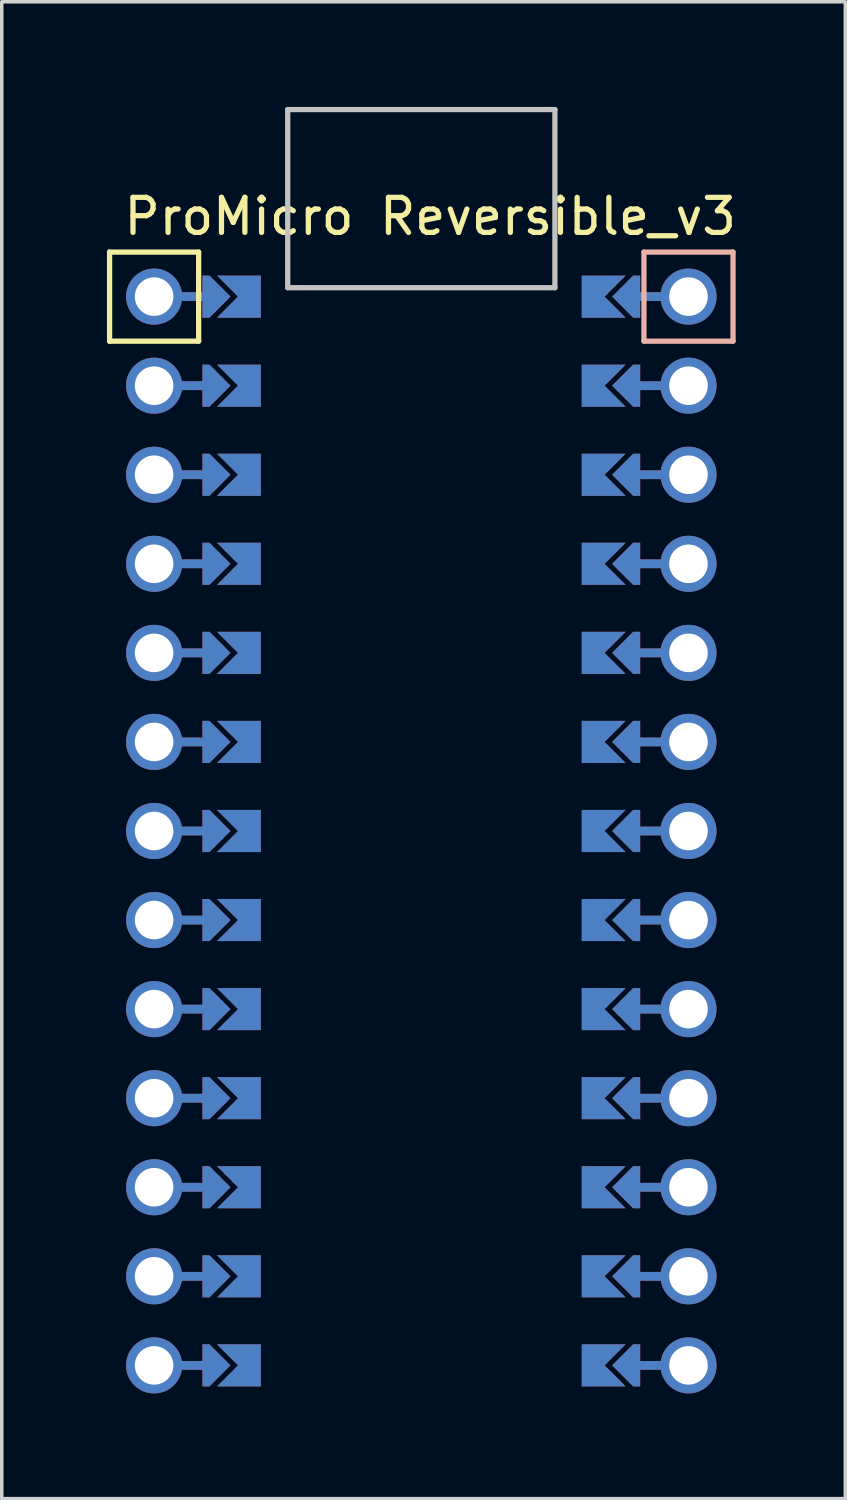
<source format=kicad_pcb>
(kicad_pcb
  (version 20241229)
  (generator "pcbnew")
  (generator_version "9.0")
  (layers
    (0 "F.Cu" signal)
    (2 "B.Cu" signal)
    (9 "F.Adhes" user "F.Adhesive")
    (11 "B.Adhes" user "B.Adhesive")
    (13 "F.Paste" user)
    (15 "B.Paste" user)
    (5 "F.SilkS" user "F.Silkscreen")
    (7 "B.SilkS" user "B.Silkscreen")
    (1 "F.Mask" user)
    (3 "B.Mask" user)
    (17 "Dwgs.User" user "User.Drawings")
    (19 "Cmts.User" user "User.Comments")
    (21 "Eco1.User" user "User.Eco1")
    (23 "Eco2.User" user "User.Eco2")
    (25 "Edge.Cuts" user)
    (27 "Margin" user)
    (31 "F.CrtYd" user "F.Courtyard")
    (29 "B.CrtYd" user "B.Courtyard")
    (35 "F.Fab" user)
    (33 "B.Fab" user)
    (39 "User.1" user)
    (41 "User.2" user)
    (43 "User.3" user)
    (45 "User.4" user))
  (footprint "ProMicro Reversible_v3"
    (layer "F.Cu")
    (at 9.7 14.834)
    (property "Reference" "ProMicro Reversible_v3" (at -0.481 -11.711 0) (layer "F.SilkS") (effects (font (size 1 1) (thickness 0.15))))
    (attr through_hole)
    (fp_poly (pts (xy -5.815 -9.933) (xy -5.815 -8.917) (xy -6.831 -8.917) (xy -6.831 -9.933)) (stroke (width 0.1) (type solid)) (fill yes) (layer "F.Mask"))
    (fp_poly (pts (xy -5.815 -7.393) (xy -5.815 -6.377) (xy -6.831 -6.377) (xy -6.831 -7.393)) (stroke (width 0.1) (type solid)) (fill yes) (layer "F.Mask"))
    (fp_poly (pts (xy -5.815 -4.853) (xy -5.815 -3.837) (xy -6.831 -3.837) (xy -6.831 -4.853)) (stroke (width 0.1) (type solid)) (fill yes) (layer "F.Mask"))
    (fp_poly (pts (xy -5.815 -2.313) (xy -5.815 -1.297) (xy -6.831 -1.297) (xy -6.831 -2.313)) (stroke (width 0.1) (type solid)) (fill yes) (layer "F.Mask"))
    (fp_poly (pts (xy -5.815 0.227) (xy -5.815 1.243) (xy -6.831 1.243) (xy -6.831 0.227)) (stroke (width 0.1) (type solid)) (fill yes) (layer "F.Mask"))
    (fp_poly (pts (xy -5.815 2.767) (xy -5.815 3.783) (xy -6.831 3.783) (xy -6.831 2.767)) (stroke (width 0.1) (type solid)) (fill yes) (layer "F.Mask"))
    (fp_poly (pts (xy -5.815 5.307) (xy -5.815 6.323) (xy -6.831 6.323) (xy -6.831 5.307)) (stroke (width 0.1) (type solid)) (fill yes) (layer "F.Mask"))
    (fp_poly (pts (xy -5.815 7.847) (xy -5.815 8.863) (xy -6.831 8.863) (xy -6.831 7.847)) (stroke (width 0.1) (type solid)) (fill yes) (layer "F.Mask"))
    (fp_poly (pts (xy -5.815 10.387) (xy -5.815 11.403) (xy -6.831 11.403) (xy -6.831 10.387)) (stroke (width 0.1) (type solid)) (fill yes) (layer "F.Mask"))
    (fp_poly (pts (xy -5.815 12.927) (xy -5.815 13.943) (xy -6.831 13.943) (xy -6.831 12.927)) (stroke (width 0.1) (type solid)) (fill yes) (layer "F.Mask"))
    (fp_poly (pts (xy -5.815 15.467) (xy -5.815 16.483) (xy -6.831 16.483) (xy -6.831 15.467)) (stroke (width 0.1) (type solid)) (fill yes) (layer "F.Mask"))
    (fp_poly (pts (xy -5.815 18.007) (xy -5.815 19.023) (xy -6.831 19.023) (xy -6.831 18.007)) (stroke (width 0.1) (type solid)) (fill yes) (layer "F.Mask"))
    (fp_poly (pts (xy -5.815 20.547) (xy -5.815 21.563) (xy -6.831 21.563) (xy -6.831 20.547)) (stroke (width 0.1) (type solid)) (fill yes) (layer "F.Mask"))
    (fp_poly (pts (xy 4.345 -8.917) (xy 4.345 -9.933) (xy 5.361 -9.933) (xy 5.361 -8.917)) (stroke (width 0.1) (type solid)) (fill yes) (layer "F.Mask"))
    (fp_poly (pts (xy 4.345 -6.377) (xy 4.345 -7.393) (xy 5.361 -7.393) (xy 5.361 -6.377)) (stroke (width 0.1) (type solid)) (fill yes) (layer "F.Mask"))
    (fp_poly (pts (xy 4.345 -3.837) (xy 4.345 -4.853) (xy 5.361 -4.853) (xy 5.361 -3.837)) (stroke (width 0.1) (type solid)) (fill yes) (layer "F.Mask"))
    (fp_poly (pts (xy 4.345 -1.297) (xy 4.345 -2.313) (xy 5.361 -2.313) (xy 5.361 -1.297)) (stroke (width 0.1) (type solid)) (fill yes) (layer "F.Mask"))
    (fp_poly (pts (xy 4.345 1.243) (xy 4.345 0.227) (xy 5.361 0.227) (xy 5.361 1.243)) (stroke (width 0.1) (type solid)) (fill yes) (layer "F.Mask"))
    (fp_poly (pts (xy 4.345 3.783) (xy 4.345 2.767) (xy 5.361 2.767) (xy 5.361 3.783)) (stroke (width 0.1) (type solid)) (fill yes) (layer "F.Mask"))
    (fp_poly (pts (xy 4.345 6.323) (xy 4.345 5.307) (xy 5.361 5.307) (xy 5.361 6.323)) (stroke (width 0.1) (type solid)) (fill yes) (layer "F.Mask"))
    (fp_poly (pts (xy 4.345 8.863) (xy 4.345 7.847) (xy 5.361 7.847) (xy 5.361 8.863)) (stroke (width 0.1) (type solid)) (fill yes) (layer "F.Mask"))
    (fp_poly (pts (xy 4.345 11.403) (xy 4.345 10.387) (xy 5.361 10.387) (xy 5.361 11.403)) (stroke (width 0.1) (type solid)) (fill yes) (layer "F.Mask"))
    (fp_poly (pts (xy 4.345 13.943) (xy 4.345 12.927) (xy 5.361 12.927) (xy 5.361 13.943)) (stroke (width 0.1) (type solid)) (fill yes) (layer "F.Mask"))
    (fp_poly (pts (xy 4.345 16.483) (xy 4.345 15.467) (xy 5.361 15.467) (xy 5.361 16.483)) (stroke (width 0.1) (type solid)) (fill yes) (layer "F.Mask"))
    (fp_poly (pts (xy 4.345 19.023) (xy 4.345 18.007) (xy 5.361 18.007) (xy 5.361 19.023)) (stroke (width 0.1) (type solid)) (fill yes) (layer "F.Mask"))
    (fp_poly (pts (xy 4.345 21.563) (xy 4.345 20.547) (xy 5.361 20.547) (xy 5.361 21.563)) (stroke (width 0.1) (type solid)) (fill yes) (layer "F.Mask"))
    (fp_poly (pts (xy -5.815 -9.933) (xy -5.815 -8.917) (xy -6.831 -8.917) (xy -6.831 -9.933)) (stroke (width 0.1) (type solid)) (fill yes) (layer "B.Mask"))
    (fp_poly (pts (xy -5.815 -7.393) (xy -5.815 -6.377) (xy -6.831 -6.377) (xy -6.831 -7.393)) (stroke (width 0.1) (type solid)) (fill yes) (layer "B.Mask"))
    (fp_poly (pts (xy -5.815 -4.853) (xy -5.815 -3.837) (xy -6.831 -3.837) (xy -6.831 -4.853)) (stroke (width 0.1) (type solid)) (fill yes) (layer "B.Mask"))
    (fp_poly (pts (xy -5.815 -2.313) (xy -5.815 -1.297) (xy -6.831 -1.297) (xy -6.831 -2.313)) (stroke (width 0.1) (type solid)) (fill yes) (layer "B.Mask"))
    (fp_poly (pts (xy -5.815 0.227) (xy -5.815 1.243) (xy -6.831 1.243) (xy -6.831 0.227)) (stroke (width 0.1) (type solid)) (fill yes) (layer "B.Mask"))
    (fp_poly (pts (xy -5.815 2.767) (xy -5.815 3.783) (xy -6.831 3.783) (xy -6.831 2.767)) (stroke (width 0.1) (type solid)) (fill yes) (layer "B.Mask"))
    (fp_poly (pts (xy -5.815 5.307) (xy -5.815 6.323) (xy -6.831 6.323) (xy -6.831 5.307)) (stroke (width 0.1) (type solid)) (fill yes) (layer "B.Mask"))
    (fp_poly (pts (xy -5.815 7.847) (xy -5.815 8.863) (xy -6.831 8.863) (xy -6.831 7.847)) (stroke (width 0.1) (type solid)) (fill yes) (layer "B.Mask"))
    (fp_poly (pts (xy -5.815 10.387) (xy -5.815 11.403) (xy -6.831 11.403) (xy -6.831 10.387)) (stroke (width 0.1) (type solid)) (fill yes) (layer "B.Mask"))
    (fp_poly (pts (xy -5.815 12.927) (xy -5.815 13.943) (xy -6.831 13.943) (xy -6.831 12.927)) (stroke (width 0.1) (type solid)) (fill yes) (layer "B.Mask"))
    (fp_poly (pts (xy -5.815 15.467) (xy -5.815 16.483) (xy -6.831 16.483) (xy -6.831 15.467)) (stroke (width 0.1) (type solid)) (fill yes) (layer "B.Mask"))
    (fp_poly (pts (xy -5.815 18.007) (xy -5.815 19.023) (xy -6.831 19.023) (xy -6.831 18.007)) (stroke (width 0.1) (type solid)) (fill yes) (layer "B.Mask"))
    (fp_poly (pts (xy -5.815 20.547) (xy -5.815 21.563) (xy -6.831 21.563) (xy -6.831 20.547)) (stroke (width 0.1) (type solid)) (fill yes) (layer "B.Mask"))
    (fp_poly (pts (xy 4.345 -8.917) (xy 4.345 -9.933) (xy 5.361 -9.933) (xy 5.361 -8.917)) (stroke (width 0.1) (type solid)) (fill yes) (layer "B.Mask"))
    (fp_poly (pts (xy 4.345 -6.377) (xy 4.345 -7.393) (xy 5.361 -7.393) (xy 5.361 -6.377)) (stroke (width 0.1) (type solid)) (fill yes) (layer "B.Mask"))
    (fp_poly (pts (xy 4.345 -3.837) (xy 4.345 -4.853) (xy 5.361 -4.853) (xy 5.361 -3.837)) (stroke (width 0.1) (type solid)) (fill yes) (layer "B.Mask"))
    (fp_poly (pts (xy 4.345 -1.297) (xy 4.345 -2.313) (xy 5.361 -2.313) (xy 5.361 -1.297)) (stroke (width 0.1) (type solid)) (fill yes) (layer "B.Mask"))
    (fp_poly (pts (xy 4.345 1.243) (xy 4.345 0.227) (xy 5.361 0.227) (xy 5.361 1.243)) (stroke (width 0.1) (type solid)) (fill yes) (layer "B.Mask"))
    (fp_poly (pts (xy 4.345 3.783) (xy 4.345 2.767) (xy 5.361 2.767) (xy 5.361 3.783)) (stroke (width 0.1) (type solid)) (fill yes) (layer "B.Mask"))
    (fp_poly (pts (xy 4.345 6.323) (xy 4.345 5.307) (xy 5.361 5.307) (xy 5.361 6.323)) (stroke (width 0.1) (type solid)) (fill yes) (layer "B.Mask"))
    (fp_poly (pts (xy 4.345 8.863) (xy 4.345 7.847) (xy 5.361 7.847) (xy 5.361 8.863)) (stroke (width 0.1) (type solid)) (fill yes) (layer "B.Mask"))
    (fp_poly (pts (xy 4.345 11.403) (xy 4.345 10.387) (xy 5.361 10.387) (xy 5.361 11.403)) (stroke (width 0.1) (type solid)) (fill yes) (layer "B.Mask"))
    (fp_poly (pts (xy 4.345 13.943) (xy 4.345 12.927) (xy 5.361 12.927) (xy 5.361 13.943)) (stroke (width 0.1) (type solid)) (fill yes) (layer "B.Mask"))
    (fp_poly (pts (xy 4.345 16.483) (xy 4.345 15.467) (xy 5.361 15.467) (xy 5.361 16.483)) (stroke (width 0.1) (type solid)) (fill yes) (layer "B.Mask"))
    (fp_poly (pts (xy 4.345 19.023) (xy 4.345 18.007) (xy 5.361 18.007) (xy 5.361 19.023)) (stroke (width 0.1) (type solid)) (fill yes) (layer "B.Mask"))
    (fp_poly (pts (xy 4.345 21.563) (xy 4.345 20.547) (xy 5.361 20.547) (xy 5.361 21.563)) (stroke (width 0.1) (type solid)) (fill yes) (layer "B.Mask"))
    (fp_line (start -9.625 -8.155) (end -9.625 -10.695) (stroke (width 0.15) (type solid)) (layer "F.SilkS"))
    (fp_line (start -7.085 -10.695) (end -9.625 -10.695) (stroke (width 0.15) (type solid)) (layer "F.SilkS"))
    (fp_line (start -7.085 -10.695) (end -7.085 -8.155) (stroke (width 0.15) (type solid)) (layer "F.SilkS"))
    (fp_line (start -7.085 -8.155) (end -9.625 -8.155) (stroke (width 0.15) (type solid)) (layer "F.SilkS"))
    (fp_line (start 5.615 -10.695) (end 5.615 -8.155) (stroke (width 0.15) (type solid)) (layer "B.SilkS"))
    (fp_line (start 5.615 -10.695) (end 8.155 -10.695) (stroke (width 0.15) (type solid)) (layer "B.SilkS"))
    (fp_line (start 5.615 -8.155) (end 8.155 -8.155) (stroke (width 0.15) (type solid)) (layer "B.SilkS"))
    (fp_line (start 8.155 -8.155) (end 8.155 -10.695) (stroke (width 0.15) (type solid)) (layer "B.SilkS"))
    (fp_line (start -4.545 -14.759) (end 3.075 -14.759) (stroke (width 0.15) (type solid)) (layer "Dwgs.User"))
    (fp_line (start -4.545 -9.679) (end -4.545 -14.759) (stroke (width 0.15) (type solid)) (layer "Dwgs.User"))
    (fp_line (start 3.075 -14.759) (end 3.075 -9.679) (stroke (width 0.15) (type solid)) (layer "Dwgs.User"))
    (fp_line (start 3.075 -9.679) (end -4.545 -9.679) (stroke (width 0.15) (type solid)) (layer "Dwgs.User"))
    (pad "" thru_hole circle (at -8.355 -9.425 270) (size 1.6 1.6) (drill 1.1) (layers "*.Cu" "*.Mask"))
    (pad "" thru_hole circle (at -8.355 -6.885 270) (size 1.6 1.6) (drill 1.1) (layers "*.Cu" "*.Mask"))
    (pad "" thru_hole circle (at -8.355 -4.345 270) (size 1.6 1.6) (drill 1.1) (layers "*.Cu" "*.Mask"))
    (pad "" thru_hole circle (at -8.355 -1.805 270) (size 1.6 1.6) (drill 1.1) (layers "*.Cu" "*.Mask"))
    (pad "" thru_hole circle (at -8.355 0.735 270) (size 1.6 1.6) (drill 1.1) (layers "*.Cu" "*.Mask"))
    (pad "" thru_hole circle (at -8.355 3.275 270) (size 1.6 1.6) (drill 1.1) (layers "*.Cu" "*.Mask"))
    (pad "" thru_hole circle (at -8.355 5.815 270) (size 1.6 1.6) (drill 1.1) (layers "*.Cu" "*.Mask"))
    (pad "" thru_hole circle (at -8.355 8.355 270) (size 1.6 1.6) (drill 1.1) (layers "*.Cu" "*.Mask"))
    (pad "" thru_hole circle (at -8.355 10.895 270) (size 1.6 1.6) (drill 1.1) (layers "*.Cu" "*.Mask"))
    (pad "" thru_hole circle (at -8.355 13.435 270) (size 1.6 1.6) (drill 1.1) (layers "*.Cu" "*.Mask"))
    (pad "" thru_hole circle (at -8.355 15.975 270) (size 1.6 1.6) (drill 1.1) (layers "*.Cu" "*.Mask"))
    (pad "" thru_hole circle (at -8.355 18.515 270) (size 1.6 1.6) (drill 1.1) (layers "*.Cu" "*.Mask"))
    (pad "" thru_hole circle (at -8.355 21.055 270) (size 1.6 1.6) (drill 1.1) (layers "*.Cu" "*.Mask"))
    (pad "" smd custom (at -7.085 -9.425 90) (size 0.25 1) (layers "F.Cu") (options (anchor rect)) (primitives))
    (pad "" smd custom (at -7.085 -9.425 90) (size 0.25 1) (layers "B.Cu") (options (anchor rect)) (primitives))
    (pad "" smd custom (at -7.085 -6.885 90) (size 0.25 1) (layers "F.Cu") (options (anchor rect)) (primitives))
    (pad "" smd custom (at -7.085 -6.885 90) (size 0.25 1) (layers "B.Cu") (options (anchor rect)) (primitives))
    (pad "" smd custom (at -7.085 -4.345 90) (size 0.25 1) (layers "F.Cu") (options (anchor rect)) (primitives))
    (pad "" smd custom (at -7.085 -4.345 90) (size 0.25 1) (layers "B.Cu") (options (anchor rect)) (primitives))
    (pad "" smd custom (at -7.085 -1.805 90) (size 0.25 1) (layers "F.Cu") (options (anchor rect)) (primitives))
    (pad "" smd custom (at -7.085 -1.805 90) (size 0.25 1) (layers "B.Cu") (options (anchor rect)) (primitives))
    (pad "" smd custom (at -7.085 0.735 90) (size 0.25 1) (layers "F.Cu") (options (anchor rect)) (primitives))
    (pad "" smd custom (at -7.085 0.735 90) (size 0.25 1) (layers "B.Cu") (options (anchor rect)) (primitives))
    (pad "" smd custom (at -7.085 3.275 90) (size 0.25 1) (layers "F.Cu") (options (anchor rect)) (primitives))
    (pad "" smd custom (at -7.085 3.275 90) (size 0.25 1) (layers "B.Cu") (options (anchor rect)) (primitives))
    (pad "" smd custom (at -7.085 5.815 90) (size 0.25 1) (layers "F.Cu") (options (anchor rect)) (primitives))
    (pad "" smd custom (at -7.085 5.815 90) (size 0.25 1) (layers "B.Cu") (options (anchor rect)) (primitives))
    (pad "" smd custom (at -7.085 8.355 90) (size 0.25 1) (layers "F.Cu") (options (anchor rect)) (primitives))
    (pad "" smd custom (at -7.085 8.355 90) (size 0.25 1) (layers "B.Cu") (options (anchor rect)) (primitives))
    (pad "" smd custom (at -7.085 10.895 90) (size 0.25 1) (layers "F.Cu") (options (anchor rect)) (primitives))
    (pad "" smd custom (at -7.085 10.895 90) (size 0.25 1) (layers "B.Cu") (options (anchor rect)) (primitives))
    (pad "" smd custom (at -7.085 13.435 90) (size 0.25 1) (layers "F.Cu") (options (anchor rect)) (primitives))
    (pad "" smd custom (at -7.085 13.435 90) (size 0.25 1) (layers "B.Cu") (options (anchor rect)) (primitives))
    (pad "" smd custom (at -7.085 15.975 90) (size 0.25 1) (layers "F.Cu") (options (anchor rect)) (primitives))
    (pad "" smd custom (at -7.085 15.975 90) (size 0.25 1) (layers "B.Cu") (options (anchor rect)) (primitives))
    (pad "" smd custom (at -7.085 18.515 90) (size 0.25 1) (layers "F.Cu") (options (anchor rect)) (primitives))
    (pad "" smd custom (at -7.085 18.515 90) (size 0.25 1) (layers "B.Cu") (options (anchor rect)) (primitives))
    (pad "" smd custom (at -7.085 21.055 90) (size 0.25 1) (layers "F.Cu") (options (anchor rect)) (primitives))
    (pad "" smd custom (at -7.085 21.055 90) (size 0.25 1) (layers "B.Cu") (options (anchor rect)) (primitives))
    (pad "" smd custom (at -6.577 -9.425 90) (size 0.1 0.1) (layers "F.Cu" "F.Mask") (options (anchor rect)) (primitives (gr_poly (pts (xy 0.6 -0.4) (xy -0.6 -0.4) (xy -0.6 -0.2) (xy 0 0.4) (xy 0.6 -0.2)) (width 0) (fill yes))))
    (pad "" smd custom (at -6.577 -9.425 90) (size 0.1 0.1) (layers "B.Cu" "B.Mask") (options (anchor rect)) (primitives (gr_poly (pts (xy 0.6 -0.4) (xy -0.6 -0.4) (xy -0.6 -0.2) (xy 0 0.4) (xy 0.6 -0.2)) (width 0) (fill yes))))
    (pad "" smd custom (at -6.577 -6.885 90) (size 0.1 0.1) (layers "F.Cu" "F.Mask") (options (anchor rect)) (primitives (gr_poly (pts (xy 0.6 -0.4) (xy -0.6 -0.4) (xy -0.6 -0.2) (xy 0 0.4) (xy 0.6 -0.2)) (width 0) (fill yes))))
    (pad "" smd custom (at -6.577 -6.885 90) (size 0.1 0.1) (layers "B.Cu" "B.Mask") (options (anchor rect)) (primitives (gr_poly (pts (xy 0.6 -0.4) (xy -0.6 -0.4) (xy -0.6 -0.2) (xy 0 0.4) (xy 0.6 -0.2)) (width 0) (fill yes))))
    (pad "" smd custom (at -6.577 -4.345 90) (size 0.1 0.1) (layers "F.Cu" "F.Mask") (options (anchor rect)) (primitives (gr_poly (pts (xy 0.6 -0.4) (xy -0.6 -0.4) (xy -0.6 -0.2) (xy 0 0.4) (xy 0.6 -0.2)) (width 0) (fill yes))))
    (pad "" smd custom (at -6.577 -4.345 90) (size 0.1 0.1) (layers "B.Cu" "B.Mask") (options (anchor rect)) (primitives (gr_poly (pts (xy 0.6 -0.4) (xy -0.6 -0.4) (xy -0.6 -0.2) (xy 0 0.4) (xy 0.6 -0.2)) (width 0) (fill yes))))
    (pad "" smd custom (at -6.577 -1.805 90) (size 0.1 0.1) (layers "F.Cu" "F.Mask") (options (anchor rect)) (primitives (gr_poly (pts (xy 0.6 -0.4) (xy -0.6 -0.4) (xy -0.6 -0.2) (xy 0 0.4) (xy 0.6 -0.2)) (width 0) (fill yes))))
    (pad "" smd custom (at -6.577 -1.805 90) (size 0.1 0.1) (layers "B.Cu" "B.Mask") (options (anchor rect)) (primitives (gr_poly (pts (xy 0.6 -0.4) (xy -0.6 -0.4) (xy -0.6 -0.2) (xy 0 0.4) (xy 0.6 -0.2)) (width 0) (fill yes))))
    (pad "" smd custom (at -6.577 0.735 90) (size 0.1 0.1) (layers "F.Cu" "F.Mask") (options (anchor rect)) (primitives (gr_poly (pts (xy 0.6 -0.4) (xy -0.6 -0.4) (xy -0.6 -0.2) (xy 0 0.4) (xy 0.6 -0.2)) (width 0) (fill yes))))
    (pad "" smd custom (at -6.577 0.735 90) (size 0.1 0.1) (layers "B.Cu" "B.Mask") (options (anchor rect)) (primitives (gr_poly (pts (xy 0.6 -0.4) (xy -0.6 -0.4) (xy -0.6 -0.2) (xy 0 0.4) (xy 0.6 -0.2)) (width 0) (fill yes))))
    (pad "" smd custom (at -6.577 3.275 90) (size 0.1 0.1) (layers "F.Cu" "F.Mask") (options (anchor rect)) (primitives (gr_poly (pts (xy 0.6 -0.4) (xy -0.6 -0.4) (xy -0.6 -0.2) (xy 0 0.4) (xy 0.6 -0.2)) (width 0) (fill yes))))
    (pad "" smd custom (at -6.577 3.275 90) (size 0.1 0.1) (layers "B.Cu" "B.Mask") (options (anchor rect)) (primitives (gr_poly (pts (xy 0.6 -0.4) (xy -0.6 -0.4) (xy -0.6 -0.2) (xy 0 0.4) (xy 0.6 -0.2)) (width 0) (fill yes))))
    (pad "" smd custom (at -6.577 5.815 90) (size 0.1 0.1) (layers "F.Cu" "F.Mask") (options (anchor rect)) (primitives (gr_poly (pts (xy 0.6 -0.4) (xy -0.6 -0.4) (xy -0.6 -0.2) (xy 0 0.4) (xy 0.6 -0.2)) (width 0) (fill yes))))
    (pad "" smd custom (at -6.577 5.815 90) (size 0.1 0.1) (layers "B.Cu" "B.Mask") (options (anchor rect)) (primitives (gr_poly (pts (xy 0.6 -0.4) (xy -0.6 -0.4) (xy -0.6 -0.2) (xy 0 0.4) (xy 0.6 -0.2)) (width 0) (fill yes))))
    (pad "" smd custom (at -6.577 8.355 90) (size 0.1 0.1) (layers "F.Cu" "F.Mask") (options (anchor rect)) (primitives (gr_poly (pts (xy 0.6 -0.4) (xy -0.6 -0.4) (xy -0.6 -0.2) (xy 0 0.4) (xy 0.6 -0.2)) (width 0) (fill yes))))
    (pad "" smd custom (at -6.577 8.355 90) (size 0.1 0.1) (layers "B.Cu" "B.Mask") (options (anchor rect)) (primitives (gr_poly (pts (xy 0.6 -0.4) (xy -0.6 -0.4) (xy -0.6 -0.2) (xy 0 0.4) (xy 0.6 -0.2)) (width 0) (fill yes))))
    (pad "" smd custom (at -6.577 10.895 90) (size 0.1 0.1) (layers "F.Cu" "F.Mask") (options (anchor rect)) (primitives (gr_poly (pts (xy 0.6 -0.4) (xy -0.6 -0.4) (xy -0.6 -0.2) (xy 0 0.4) (xy 0.6 -0.2)) (width 0) (fill yes))))
    (pad "" smd custom (at -6.577 10.895 90) (size 0.1 0.1) (layers "B.Cu" "B.Mask") (options (anchor rect)) (primitives (gr_poly (pts (xy 0.6 -0.4) (xy -0.6 -0.4) (xy -0.6 -0.2) (xy 0 0.4) (xy 0.6 -0.2)) (width 0) (fill yes))))
    (pad "" smd custom (at -6.577 13.435 90) (size 0.1 0.1) (layers "F.Cu" "F.Mask") (options (anchor rect)) (primitives (gr_poly (pts (xy 0.6 -0.4) (xy -0.6 -0.4) (xy -0.6 -0.2) (xy 0 0.4) (xy 0.6 -0.2)) (width 0) (fill yes))))
    (pad "" smd custom (at -6.577 13.435 90) (size 0.1 0.1) (layers "B.Cu" "B.Mask") (options (anchor rect)) (primitives (gr_poly (pts (xy 0.6 -0.4) (xy -0.6 -0.4) (xy -0.6 -0.2) (xy 0 0.4) (xy 0.6 -0.2)) (width 0) (fill yes))))
    (pad "" smd custom (at -6.577 15.975 90) (size 0.1 0.1) (layers "F.Cu" "F.Mask") (options (anchor rect)) (primitives (gr_poly (pts (xy 0.6 -0.4) (xy -0.6 -0.4) (xy -0.6 -0.2) (xy 0 0.4) (xy 0.6 -0.2)) (width 0) (fill yes))))
    (pad "" smd custom (at -6.577 15.975 90) (size 0.1 0.1) (layers "B.Cu" "B.Mask") (options (anchor rect)) (primitives (gr_poly (pts (xy 0.6 -0.4) (xy -0.6 -0.4) (xy -0.6 -0.2) (xy 0 0.4) (xy 0.6 -0.2)) (width 0) (fill yes))))
    (pad "" smd custom (at -6.577 18.515 90) (size 0.1 0.1) (layers "F.Cu" "F.Mask") (options (anchor rect)) (primitives (gr_poly (pts (xy 0.6 -0.4) (xy -0.6 -0.4) (xy -0.6 -0.2) (xy 0 0.4) (xy 0.6 -0.2)) (width 0) (fill yes))))
    (pad "" smd custom (at -6.577 18.515 90) (size 0.1 0.1) (layers "B.Cu" "B.Mask") (options (anchor rect)) (primitives (gr_poly (pts (xy 0.6 -0.4) (xy -0.6 -0.4) (xy -0.6 -0.2) (xy 0 0.4) (xy 0.6 -0.2)) (width 0) (fill yes))))
    (pad "" smd custom (at -6.577 21.055 90) (size 0.1 0.1) (layers "F.Cu" "F.Mask") (options (anchor rect)) (primitives (gr_poly (pts (xy 0.6 -0.4) (xy -0.6 -0.4) (xy -0.6 -0.2) (xy 0 0.4) (xy 0.6 -0.2)) (width 0) (fill yes))))
    (pad "" smd custom (at -6.577 21.055 90) (size 0.1 0.1) (layers "B.Cu" "B.Mask") (options (anchor rect)) (primitives (gr_poly (pts (xy 0.6 -0.4) (xy -0.6 -0.4) (xy -0.6 -0.2) (xy 0 0.4) (xy 0.6 -0.2)) (width 0) (fill yes))))
    (pad "" smd custom (at 5.107 -9.425 270) (size 0.1 0.1) (layers "F.Cu" "F.Mask") (options (anchor rect)) (primitives (gr_poly (pts (xy 0.6 -0.4) (xy -0.6 -0.4) (xy -0.6 -0.2) (xy 0 0.4) (xy 0.6 -0.2)) (width 0) (fill yes))))
    (pad "" smd custom (at 5.107 -9.425 270) (size 0.1 0.1) (layers "B.Cu" "B.Mask") (options (anchor rect)) (primitives (gr_poly (pts (xy 0.6 -0.4) (xy -0.6 -0.4) (xy -0.6 -0.2) (xy 0 0.4) (xy 0.6 -0.2)) (width 0) (fill yes))))
    (pad "" smd custom (at 5.107 -6.885 270) (size 0.1 0.1) (layers "F.Cu" "F.Mask") (options (anchor rect)) (primitives (gr_poly (pts (xy 0.6 -0.4) (xy -0.6 -0.4) (xy -0.6 -0.2) (xy 0 0.4) (xy 0.6 -0.2)) (width 0) (fill yes))))
    (pad "" smd custom (at 5.107 -6.885 270) (size 0.1 0.1) (layers "B.Cu" "B.Mask") (options (anchor rect)) (primitives (gr_poly (pts (xy 0.6 -0.4) (xy -0.6 -0.4) (xy -0.6 -0.2) (xy 0 0.4) (xy 0.6 -0.2)) (width 0) (fill yes))))
    (pad "" smd custom (at 5.107 -4.345 270) (size 0.1 0.1) (layers "F.Cu" "F.Mask") (options (anchor rect)) (primitives (gr_poly (pts (xy 0.6 -0.4) (xy -0.6 -0.4) (xy -0.6 -0.2) (xy 0 0.4) (xy 0.6 -0.2)) (width 0) (fill yes))))
    (pad "" smd custom (at 5.107 -4.345 270) (size 0.1 0.1) (layers "B.Cu" "B.Mask") (options (anchor rect)) (primitives (gr_poly (pts (xy 0.6 -0.4) (xy -0.6 -0.4) (xy -0.6 -0.2) (xy 0 0.4) (xy 0.6 -0.2)) (width 0) (fill yes))))
    (pad "" smd custom (at 5.107 -1.805 270) (size 0.1 0.1) (layers "F.Cu" "F.Mask") (options (anchor rect)) (primitives (gr_poly (pts (xy 0.6 -0.4) (xy -0.6 -0.4) (xy -0.6 -0.2) (xy 0 0.4) (xy 0.6 -0.2)) (width 0) (fill yes))))
    (pad "" smd custom (at 5.107 -1.805 270) (size 0.1 0.1) (layers "B.Cu" "B.Mask") (options (anchor rect)) (primitives (gr_poly (pts (xy 0.6 -0.4) (xy -0.6 -0.4) (xy -0.6 -0.2) (xy 0 0.4) (xy 0.6 -0.2)) (width 0) (fill yes))))
    (pad "" smd custom (at 5.107 0.735 270) (size 0.1 0.1) (layers "F.Cu" "F.Mask") (options (anchor rect)) (primitives (gr_poly (pts (xy 0.6 -0.4) (xy -0.6 -0.4) (xy -0.6 -0.2) (xy 0 0.4) (xy 0.6 -0.2)) (width 0) (fill yes))))
    (pad "" smd custom (at 5.107 0.735 270) (size 0.1 0.1) (layers "B.Cu" "B.Mask") (options (anchor rect)) (primitives (gr_poly (pts (xy 0.6 -0.4) (xy -0.6 -0.4) (xy -0.6 -0.2) (xy 0 0.4) (xy 0.6 -0.2)) (width 0) (fill yes))))
    (pad "" smd custom (at 5.107 3.275 270) (size 0.1 0.1) (layers "F.Cu" "F.Mask") (options (anchor rect)) (primitives (gr_poly (pts (xy 0.6 -0.4) (xy -0.6 -0.4) (xy -0.6 -0.2) (xy 0 0.4) (xy 0.6 -0.2)) (width 0) (fill yes))))
    (pad "" smd custom (at 5.107 3.275 270) (size 0.1 0.1) (layers "B.Cu" "B.Mask") (options (anchor rect)) (primitives (gr_poly (pts (xy 0.6 -0.4) (xy -0.6 -0.4) (xy -0.6 -0.2) (xy 0 0.4) (xy 0.6 -0.2)) (width 0) (fill yes))))
    (pad "" smd custom (at 5.107 5.815 270) (size 0.1 0.1) (layers "F.Cu" "F.Mask") (options (anchor rect)) (primitives (gr_poly (pts (xy 0.6 -0.4) (xy -0.6 -0.4) (xy -0.6 -0.2) (xy 0 0.4) (xy 0.6 -0.2)) (width 0) (fill yes))))
    (pad "" smd custom (at 5.107 5.815 270) (size 0.1 0.1) (layers "B.Cu" "B.Mask") (options (anchor rect)) (primitives (gr_poly (pts (xy 0.6 -0.4) (xy -0.6 -0.4) (xy -0.6 -0.2) (xy 0 0.4) (xy 0.6 -0.2)) (width 0) (fill yes))))
    (pad "" smd custom (at 5.107 8.355 270) (size 0.1 0.1) (layers "F.Cu" "F.Mask") (options (anchor rect)) (primitives (gr_poly (pts (xy 0.6 -0.4) (xy -0.6 -0.4) (xy -0.6 -0.2) (xy 0 0.4) (xy 0.6 -0.2)) (width 0) (fill yes))))
    (pad "" smd custom (at 5.107 8.355 270) (size 0.1 0.1) (layers "B.Cu" "B.Mask") (options (anchor rect)) (primitives (gr_poly (pts (xy 0.6 -0.4) (xy -0.6 -0.4) (xy -0.6 -0.2) (xy 0 0.4) (xy 0.6 -0.2)) (width 0) (fill yes))))
    (pad "" smd custom (at 5.107 10.895 270) (size 0.1 0.1) (layers "F.Cu" "F.Mask") (options (anchor rect)) (primitives (gr_poly (pts (xy 0.6 -0.4) (xy -0.6 -0.4) (xy -0.6 -0.2) (xy 0 0.4) (xy 0.6 -0.2)) (width 0) (fill yes))))
    (pad "" smd custom (at 5.107 10.895 270) (size 0.1 0.1) (layers "B.Cu" "B.Mask") (options (anchor rect)) (primitives (gr_poly (pts (xy 0.6 -0.4) (xy -0.6 -0.4) (xy -0.6 -0.2) (xy 0 0.4) (xy 0.6 -0.2)) (width 0) (fill yes))))
    (pad "" smd custom (at 5.107 13.435 270) (size 0.1 0.1) (layers "F.Cu" "F.Mask") (options (anchor rect)) (primitives (gr_poly (pts (xy 0.6 -0.4) (xy -0.6 -0.4) (xy -0.6 -0.2) (xy 0 0.4) (xy 0.6 -0.2)) (width 0) (fill yes))))
    (pad "" smd custom (at 5.107 13.435 270) (size 0.1 0.1) (layers "B.Cu" "B.Mask") (options (anchor rect)) (primitives (gr_poly (pts (xy 0.6 -0.4) (xy -0.6 -0.4) (xy -0.6 -0.2) (xy 0 0.4) (xy 0.6 -0.2)) (width 0) (fill yes))))
    (pad "" smd custom (at 5.107 15.975 270) (size 0.1 0.1) (layers "F.Cu" "F.Mask") (options (anchor rect)) (primitives (gr_poly (pts (xy 0.6 -0.4) (xy -0.6 -0.4) (xy -0.6 -0.2) (xy 0 0.4) (xy 0.6 -0.2)) (width 0) (fill yes))))
    (pad "" smd custom (at 5.107 15.975 270) (size 0.1 0.1) (layers "B.Cu" "B.Mask") (options (anchor rect)) (primitives (gr_poly (pts (xy 0.6 -0.4) (xy -0.6 -0.4) (xy -0.6 -0.2) (xy 0 0.4) (xy 0.6 -0.2)) (width 0) (fill yes))))
    (pad "" smd custom (at 5.107 18.515 270) (size 0.1 0.1) (layers "F.Cu" "F.Mask") (options (anchor rect)) (primitives (gr_poly (pts (xy 0.6 -0.4) (xy -0.6 -0.4) (xy -0.6 -0.2) (xy 0 0.4) (xy 0.6 -0.2)) (width 0) (fill yes))))
    (pad "" smd custom (at 5.107 18.515 270) (size 0.1 0.1) (layers "B.Cu" "B.Mask") (options (anchor rect)) (primitives (gr_poly (pts (xy 0.6 -0.4) (xy -0.6 -0.4) (xy -0.6 -0.2) (xy 0 0.4) (xy 0.6 -0.2)) (width 0) (fill yes))))
    (pad "" smd custom (at 5.107 21.055 270) (size 0.1 0.1) (layers "F.Cu" "F.Mask") (options (anchor rect)) (primitives (gr_poly (pts (xy 0.6 -0.4) (xy -0.6 -0.4) (xy -0.6 -0.2) (xy 0 0.4) (xy 0.6 -0.2)) (width 0) (fill yes))))
    (pad "" smd custom (at 5.107 21.055 270) (size 0.1 0.1) (layers "B.Cu" "B.Mask") (options (anchor rect)) (primitives (gr_poly (pts (xy 0.6 -0.4) (xy -0.6 -0.4) (xy -0.6 -0.2) (xy 0 0.4) (xy 0.6 -0.2)) (width 0) (fill yes))))
    (pad "" smd custom (at 5.615 -9.425 270) (size 0.25 1) (layers "F.Cu") (options (anchor rect)) (primitives))
    (pad "" smd custom (at 5.615 -9.425 270) (size 0.25 1) (layers "B.Cu") (options (anchor rect)) (primitives))
    (pad "" smd custom (at 5.615 -6.885 270) (size 0.25 1) (layers "F.Cu") (options (anchor rect)) (primitives))
    (pad "" smd custom (at 5.615 -6.885 270) (size 0.25 1) (layers "B.Cu") (options (anchor rect)) (primitives))
    (pad "" smd custom (at 5.615 -4.345 270) (size 0.25 1) (layers "F.Cu") (options (anchor rect)) (primitives))
    (pad "" smd custom (at 5.615 -4.345 270) (size 0.25 1) (layers "B.Cu") (options (anchor rect)) (primitives))
    (pad "" smd custom (at 5.615 -1.805 270) (size 0.25 1) (layers "F.Cu") (options (anchor rect)) (primitives))
    (pad "" smd custom (at 5.615 -1.805 270) (size 0.25 1) (layers "B.Cu") (options (anchor rect)) (primitives))
    (pad "" smd custom (at 5.615 0.735 270) (size 0.25 1) (layers "F.Cu") (options (anchor rect)) (primitives))
    (pad "" smd custom (at 5.615 0.735 270) (size 0.25 1) (layers "B.Cu") (options (anchor rect)) (primitives))
    (pad "" smd custom (at 5.615 3.275 270) (size 0.25 1) (layers "F.Cu") (options (anchor rect)) (primitives))
    (pad "" smd custom (at 5.615 3.275 270) (size 0.25 1) (layers "B.Cu") (options (anchor rect)) (primitives))
    (pad "" smd custom (at 5.615 5.815 270) (size 0.25 1) (layers "F.Cu") (options (anchor rect)) (primitives))
    (pad "" smd custom (at 5.615 5.815 270) (size 0.25 1) (layers "B.Cu") (options (anchor rect)) (primitives))
    (pad "" smd custom (at 5.615 8.355 270) (size 0.25 1) (layers "F.Cu") (options (anchor rect)) (primitives))
    (pad "" smd custom (at 5.615 8.355 270) (size 0.25 1) (layers "B.Cu") (options (anchor rect)) (primitives))
    (pad "" smd custom (at 5.615 10.895 270) (size 0.25 1) (layers "F.Cu") (options (anchor rect)) (primitives))
    (pad "" smd custom (at 5.615 10.895 270) (size 0.25 1) (layers "B.Cu") (options (anchor rect)) (primitives))
    (pad "" smd custom (at 5.615 13.435 270) (size 0.25 1) (layers "F.Cu") (options (anchor rect)) (primitives))
    (pad "" smd custom (at 5.615 13.435 270) (size 0.25 1) (layers "B.Cu") (options (anchor rect)) (primitives))
    (pad "" smd custom (at 5.615 15.975 270) (size 0.25 1) (layers "F.Cu") (options (anchor rect)) (primitives))
    (pad "" smd custom (at 5.615 15.975 270) (size 0.25 1) (layers "B.Cu") (options (anchor rect)) (primitives))
    (pad "" smd custom (at 5.615 18.515 270) (size 0.25 1) (layers "F.Cu") (options (anchor rect)) (primitives))
    (pad "" smd custom (at 5.615 18.515 270) (size 0.25 1) (layers "B.Cu") (options (anchor rect)) (primitives))
    (pad "" smd custom (at 5.615 21.055 270) (size 0.25 1) (layers "F.Cu") (options (anchor rect)) (primitives))
    (pad "" smd custom (at 5.615 21.055 270) (size 0.25 1) (layers "B.Cu") (options (anchor rect)) (primitives))
    (pad "" thru_hole circle (at 6.885 -9.425 270) (size 1.6 1.6) (drill 1.1) (layers "*.Cu" "*.Mask"))
    (pad "" thru_hole circle (at 6.885 -6.885 270) (size 1.6 1.6) (drill 1.1) (layers "*.Cu" "*.Mask"))
    (pad "" thru_hole circle (at 6.885 -4.345 270) (size 1.6 1.6) (drill 1.1) (layers "*.Cu" "*.Mask"))
    (pad "" thru_hole circle (at 6.885 -1.805 270) (size 1.6 1.6) (drill 1.1) (layers "*.Cu" "*.Mask"))
    (pad "" thru_hole circle (at 6.885 0.735 270) (size 1.6 1.6) (drill 1.1) (layers "*.Cu" "*.Mask"))
    (pad "" thru_hole circle (at 6.885 3.275 270) (size 1.6 1.6) (drill 1.1) (layers "*.Cu" "*.Mask"))
    (pad "" thru_hole circle (at 6.885 5.815 270) (size 1.6 1.6) (drill 1.1) (layers "*.Cu" "*.Mask"))
    (pad "" thru_hole circle (at 6.885 8.355 270) (size 1.6 1.6) (drill 1.1) (layers "*.Cu" "*.Mask"))
    (pad "" thru_hole circle (at 6.885 10.895 270) (size 1.6 1.6) (drill 1.1) (layers "*.Cu" "*.Mask"))
    (pad "" thru_hole circle (at 6.885 13.435 270) (size 1.6 1.6) (drill 1.1) (layers "*.Cu" "*.Mask"))
    (pad "" thru_hole circle (at 6.885 15.975 270) (size 1.6 1.6) (drill 1.1) (layers "*.Cu" "*.Mask"))
    (pad "" thru_hole circle (at 6.885 18.515 270) (size 1.6 1.6) (drill 1.1) (layers "*.Cu" "*.Mask"))
    (pad "" thru_hole circle (at 6.885 21.055 270) (size 1.6 1.6) (drill 1.1) (layers "*.Cu" "*.Mask"))
    (pad "1" smd custom (at -5.561 -9.425 90) (size 1.2 0.5) (layers "B.Cu" "B.Mask") (options (anchor rect)) (primitives (gr_poly (pts (xy 0.6 0) (xy -0.6 0) (xy -0.6 -1) (xy 0 -0.4) (xy 0.6 -1)) (width 0) (fill yes))))
    (pad "1" smd custom (at 4.091 -9.425 270) (size 1.2 0.5) (layers "F.Cu" "F.Mask") (options (anchor rect)) (primitives (gr_poly (pts (xy 0.6 0) (xy -0.6 0) (xy -0.6 -1) (xy 0 -0.4) (xy 0.6 -1)) (width 0) (fill yes))))
    (pad "2" smd custom (at -5.561 -6.885 90) (size 1.2 0.5) (layers "B.Cu" "B.Mask") (options (anchor rect)) (primitives (gr_poly (pts (xy 0.6 0) (xy -0.6 0) (xy -0.6 -1) (xy 0 -0.4) (xy 0.6 -1)) (width 0) (fill yes))))
    (pad "2" smd custom (at 4.091 -6.885 270) (size 1.2 0.5) (layers "F.Cu" "F.Mask") (options (anchor rect)) (primitives (gr_poly (pts (xy 0.6 0) (xy -0.6 0) (xy -0.6 -1) (xy 0 -0.4) (xy 0.6 -1)) (width 0) (fill yes))))
    (pad "3" smd custom (at -5.561 -4.345 90) (size 1.2 0.5) (layers "B.Cu" "B.Mask") (options (anchor rect)) (primitives (gr_poly (pts (xy 0.6 0) (xy -0.6 0) (xy -0.6 -1) (xy 0 -0.4) (xy 0.6 -1)) (width 0) (fill yes))))
    (pad "3" smd custom (at 4.091 -4.345 270) (size 1.2 0.5) (layers "F.Cu" "F.Mask") (options (anchor rect)) (primitives (gr_poly (pts (xy 0.6 0) (xy -0.6 0) (xy -0.6 -1) (xy 0 -0.4) (xy 0.6 -1)) (width 0) (fill yes))))
    (pad "4" smd custom (at -5.561 -1.805 90) (size 1.2 0.5) (layers "B.Cu" "B.Mask") (options (anchor rect)) (primitives (gr_poly (pts (xy 0.6 0) (xy -0.6 0) (xy -0.6 -1) (xy 0 -0.4) (xy 0.6 -1)) (width 0) (fill yes))))
    (pad "4" smd custom (at 4.091 -1.805 270) (size 1.2 0.5) (layers "F.Cu" "F.Mask") (options (anchor rect)) (primitives (gr_poly (pts (xy 0.6 0) (xy -0.6 0) (xy -0.6 -1) (xy 0 -0.4) (xy 0.6 -1)) (width 0) (fill yes))))
    (pad "5" smd custom (at -5.561 0.735 90) (size 1.2 0.5) (layers "B.Cu" "B.Mask") (options (anchor rect)) (primitives (gr_poly (pts (xy 0.6 0) (xy -0.6 0) (xy -0.6 -1) (xy 0 -0.4) (xy 0.6 -1)) (width 0) (fill yes))))
    (pad "5" smd custom (at 4.091 0.735 270) (size 1.2 0.5) (layers "F.Cu" "F.Mask") (options (anchor rect)) (primitives (gr_poly (pts (xy 0.6 0) (xy -0.6 0) (xy -0.6 -1) (xy 0 -0.4) (xy 0.6 -1)) (width 0) (fill yes))))
    (pad "6" smd custom (at -5.561 3.275 90) (size 1.2 0.5) (layers "B.Cu" "B.Mask") (options (anchor rect)) (primitives (gr_poly (pts (xy 0.6 0) (xy -0.6 0) (xy -0.6 -1) (xy 0 -0.4) (xy 0.6 -1)) (width 0) (fill yes))))
    (pad "6" smd custom (at 4.091 3.275 270) (size 1.2 0.5) (layers "F.Cu" "F.Mask") (options (anchor rect)) (primitives (gr_poly (pts (xy 0.6 0) (xy -0.6 0) (xy -0.6 -1) (xy 0 -0.4) (xy 0.6 -1)) (width 0) (fill yes))))
    (pad "7" smd custom (at -5.561 5.815 90) (size 1.2 0.5) (layers "B.Cu" "B.Mask") (options (anchor rect)) (primitives (gr_poly (pts (xy 0.6 0) (xy -0.6 0) (xy -0.6 -1) (xy 0 -0.4) (xy 0.6 -1)) (width 0) (fill yes))))
    (pad "7" smd custom (at 4.091 5.815 270) (size 1.2 0.5) (layers "F.Cu" "F.Mask") (options (anchor rect)) (primitives (gr_poly (pts (xy 0.6 0) (xy -0.6 0) (xy -0.6 -1) (xy 0 -0.4) (xy 0.6 -1)) (width 0) (fill yes))))
    (pad "8" smd custom (at -5.561 8.355 90) (size 1.2 0.5) (layers "B.Cu" "B.Mask") (options (anchor rect)) (primitives (gr_poly (pts (xy 0.6 0) (xy -0.6 0) (xy -0.6 -1) (xy 0 -0.4) (xy 0.6 -1)) (width 0) (fill yes))))
    (pad "8" smd custom (at 4.091 8.355 270) (size 1.2 0.5) (layers "F.Cu" "F.Mask") (options (anchor rect)) (primitives (gr_poly (pts (xy 0.6 0) (xy -0.6 0) (xy -0.6 -1) (xy 0 -0.4) (xy 0.6 -1)) (width 0) (fill yes))))
    (pad "9" smd custom (at -5.561 10.895 90) (size 1.2 0.5) (layers "B.Cu" "B.Mask") (options (anchor rect)) (primitives (gr_poly (pts (xy 0.6 0) (xy -0.6 0) (xy -0.6 -1) (xy 0 -0.4) (xy 0.6 -1)) (width 0) (fill yes))))
    (pad "9" smd custom (at 4.091 10.895 270) (size 1.2 0.5) (layers "F.Cu" "F.Mask") (options (anchor rect)) (primitives (gr_poly (pts (xy 0.6 0) (xy -0.6 0) (xy -0.6 -1) (xy 0 -0.4) (xy 0.6 -1)) (width 0) (fill yes))))
    (pad "10" smd custom (at -5.561 13.435 90) (size 1.2 0.5) (layers "B.Cu" "B.Mask") (options (anchor rect)) (primitives (gr_poly (pts (xy 0.6 0) (xy -0.6 0) (xy -0.6 -1) (xy 0 -0.4) (xy 0.6 -1)) (width 0) (fill yes))))
    (pad "10" smd custom (at 4.091 13.435 270) (size 1.2 0.5) (layers "F.Cu" "F.Mask") (options (anchor rect)) (primitives (gr_poly (pts (xy 0.6 0) (xy -0.6 0) (xy -0.6 -1) (xy 0 -0.4) (xy 0.6 -1)) (width 0) (fill yes))))
    (pad "11" smd custom (at -5.561 15.975 90) (size 1.2 0.5) (layers "B.Cu" "B.Mask") (options (anchor rect)) (primitives (gr_poly (pts (xy 0.6 0) (xy -0.6 0) (xy -0.6 -1) (xy 0 -0.4) (xy 0.6 -1)) (width 0) (fill yes))))
    (pad "11" smd custom (at 4.091 15.975 270) (size 1.2 0.5) (layers "F.Cu" "F.Mask") (options (anchor rect)) (primitives (gr_poly (pts (xy 0.6 0) (xy -0.6 0) (xy -0.6 -1) (xy 0 -0.4) (xy 0.6 -1)) (width 0) (fill yes))))
    (pad "12" smd custom (at -5.561 18.515 90) (size 1.2 0.5) (layers "B.Cu" "B.Mask") (options (anchor rect)) (primitives (gr_poly (pts (xy 0.6 0) (xy -0.6 0) (xy -0.6 -1) (xy 0 -0.4) (xy 0.6 -1)) (width 0) (fill yes))))
    (pad "12" smd custom (at 4.091 18.515 270) (size 1.2 0.5) (layers "F.Cu" "F.Mask") (options (anchor rect)) (primitives (gr_poly (pts (xy 0.6 0) (xy -0.6 0) (xy -0.6 -1) (xy 0 -0.4) (xy 0.6 -1)) (width 0) (fill yes))))
    (pad "13" smd custom (at -5.561 21.055 90) (size 1.2 0.5) (layers "B.Cu" "B.Mask") (options (anchor rect)) (primitives (gr_poly (pts (xy 0.6 0) (xy -0.6 0) (xy -0.6 -1) (xy 0 -0.4) (xy 0.6 -1)) (width 0) (fill yes))))
    (pad "13" smd custom (at 4.091 21.055 270) (size 1.2 0.5) (layers "F.Cu" "F.Mask") (options (anchor rect)) (primitives (gr_poly (pts (xy 0.6 0) (xy -0.6 0) (xy -0.6 -1) (xy 0 -0.4) (xy 0.6 -1)) (width 0) (fill yes))))
    (pad "14" smd custom (at -5.561 21.055 90) (size 1.2 0.5) (layers "F.Cu" "F.Mask") (options (anchor rect)) (primitives (gr_poly (pts (xy 0.6 0) (xy -0.6 0) (xy -0.6 -1) (xy 0 -0.4) (xy 0.6 -1)) (width 0) (fill yes))))
    (pad "14" smd custom (at 4.091 21.055 270) (size 1.2 0.5) (layers "B.Cu" "B.Mask") (options (anchor rect)) (primitives (gr_poly (pts (xy 0.6 0) (xy -0.6 0) (xy -0.6 -1) (xy 0 -0.4) (xy 0.6 -1)) (width 0) (fill yes))))
    (pad "15" smd custom (at -5.561 18.515 90) (size 1.2 0.5) (layers "F.Cu" "F.Mask") (options (anchor rect)) (primitives (gr_poly (pts (xy 0.6 0) (xy -0.6 0) (xy -0.6 -1) (xy 0 -0.4) (xy 0.6 -1)) (width 0) (fill yes))))
    (pad "15" smd custom (at 4.091 18.515 270) (size 1.2 0.5) (layers "B.Cu" "B.Mask") (options (anchor rect)) (primitives (gr_poly (pts (xy 0.6 0) (xy -0.6 0) (xy -0.6 -1) (xy 0 -0.4) (xy 0.6 -1)) (width 0) (fill yes))))
    (pad "16" smd custom (at -5.561 15.975 90) (size 1.2 0.5) (layers "F.Cu" "F.Mask") (options (anchor rect)) (primitives (gr_poly (pts (xy 0.6 0) (xy -0.6 0) (xy -0.6 -1) (xy 0 -0.4) (xy 0.6 -1)) (width 0) (fill yes))))
    (pad "16" smd custom (at 4.091 15.975 270) (size 1.2 0.5) (layers "B.Cu" "B.Mask") (options (anchor rect)) (primitives (gr_poly (pts (xy 0.6 0) (xy -0.6 0) (xy -0.6 -1) (xy 0 -0.4) (xy 0.6 -1)) (width 0) (fill yes))))
    (pad "17" smd custom (at -5.561 13.435 90) (size 1.2 0.5) (layers "F.Cu" "F.Mask") (options (anchor rect)) (primitives (gr_poly (pts (xy 0.6 0) (xy -0.6 0) (xy -0.6 -1) (xy 0 -0.4) (xy 0.6 -1)) (width 0) (fill yes))))
    (pad "17" smd custom (at 4.091 13.435 270) (size 1.2 0.5) (layers "B.Cu" "B.Mask") (options (anchor rect)) (primitives (gr_poly (pts (xy 0.6 0) (xy -0.6 0) (xy -0.6 -1) (xy 0 -0.4) (xy 0.6 -1)) (width 0) (fill yes))))
    (pad "18" smd custom (at -5.561 10.895 90) (size 1.2 0.5) (layers "F.Cu" "F.Mask") (options (anchor rect)) (primitives (gr_poly (pts (xy 0.6 0) (xy -0.6 0) (xy -0.6 -1) (xy 0 -0.4) (xy 0.6 -1)) (width 0) (fill yes))))
    (pad "18" smd custom (at 4.091 10.895 270) (size 1.2 0.5) (layers "B.Cu" "B.Mask") (options (anchor rect)) (primitives (gr_poly (pts (xy 0.6 0) (xy -0.6 0) (xy -0.6 -1) (xy 0 -0.4) (xy 0.6 -1)) (width 0) (fill yes))))
    (pad "19" smd custom (at -5.561 8.355 90) (size 1.2 0.5) (layers "F.Cu" "F.Mask") (options (anchor rect)) (primitives (gr_poly (pts (xy 0.6 0) (xy -0.6 0) (xy -0.6 -1) (xy 0 -0.4) (xy 0.6 -1)) (width 0) (fill yes))))
    (pad "19" smd custom (at 4.091 8.355 270) (size 1.2 0.5) (layers "B.Cu" "B.Mask") (options (anchor rect)) (primitives (gr_poly (pts (xy 0.6 0) (xy -0.6 0) (xy -0.6 -1) (xy 0 -0.4) (xy 0.6 -1)) (width 0) (fill yes))))
    (pad "20" smd custom (at -5.561 5.815 90) (size 1.2 0.5) (layers "F.Cu" "F.Mask") (options (anchor rect)) (primitives (gr_poly (pts (xy 0.6 0) (xy -0.6 0) (xy -0.6 -1) (xy 0 -0.4) (xy 0.6 -1)) (width 0) (fill yes))))
    (pad "20" smd custom (at 4.091 5.815 270) (size 1.2 0.5) (layers "B.Cu" "B.Mask") (options (anchor rect)) (primitives (gr_poly (pts (xy 0.6 0) (xy -0.6 0) (xy -0.6 -1) (xy 0 -0.4) (xy 0.6 -1)) (width 0) (fill yes))))
    (pad "21" smd custom (at -5.561 3.275 90) (size 1.2 0.5) (layers "F.Cu" "F.Mask") (options (anchor rect)) (primitives (gr_poly (pts (xy 0.6 0) (xy -0.6 0) (xy -0.6 -1) (xy 0 -0.4) (xy 0.6 -1)) (width 0) (fill yes))))
    (pad "21" smd custom (at 4.091 3.275 270) (size 1.2 0.5) (layers "B.Cu" "B.Mask") (options (anchor rect)) (primitives (gr_poly (pts (xy 0.6 0) (xy -0.6 0) (xy -0.6 -1) (xy 0 -0.4) (xy 0.6 -1)) (width 0) (fill yes))))
    (pad "22" smd custom (at -5.561 0.735 90) (size 1.2 0.5) (layers "F.Cu" "F.Mask") (options (anchor rect)) (primitives (gr_poly (pts (xy 0.6 0) (xy -0.6 0) (xy -0.6 -1) (xy 0 -0.4) (xy 0.6 -1)) (width 0) (fill yes))))
    (pad "22" smd custom (at 4.091 0.735 270) (size 1.2 0.5) (layers "B.Cu" "B.Mask") (options (anchor rect)) (primitives (gr_poly (pts (xy 0.6 0) (xy -0.6 0) (xy -0.6 -1) (xy 0 -0.4) (xy 0.6 -1)) (width 0) (fill yes))))
    (pad "23" smd custom (at -5.561 -1.805 90) (size 1.2 0.5) (layers "F.Cu" "F.Mask") (options (anchor rect)) (primitives (gr_poly (pts (xy 0.6 0) (xy -0.6 0) (xy -0.6 -1) (xy 0 -0.4) (xy 0.6 -1)) (width 0) (fill yes))))
    (pad "23" smd custom (at 4.091 -1.805 270) (size 1.2 0.5) (layers "B.Cu" "B.Mask") (options (anchor rect)) (primitives (gr_poly (pts (xy 0.6 0) (xy -0.6 0) (xy -0.6 -1) (xy 0 -0.4) (xy 0.6 -1)) (width 0) (fill yes))))
    (pad "24" smd custom (at -5.561 -4.345 90) (size 1.2 0.5) (layers "F.Cu" "F.Mask") (options (anchor rect)) (primitives (gr_poly (pts (xy 0.6 0) (xy -0.6 0) (xy -0.6 -1) (xy 0 -0.4) (xy 0.6 -1)) (width 0) (fill yes))))
    (pad "24" smd custom (at 4.091 -4.345 270) (size 1.2 0.5) (layers "B.Cu" "B.Mask") (options (anchor rect)) (primitives (gr_poly (pts (xy 0.6 0) (xy -0.6 0) (xy -0.6 -1) (xy 0 -0.4) (xy 0.6 -1)) (width 0) (fill yes))))
    (pad "25" smd custom (at -5.561 -6.885 90) (size 1.2 0.5) (layers "F.Cu" "F.Mask") (options (anchor rect)) (primitives (gr_poly (pts (xy 0.6 0) (xy -0.6 0) (xy -0.6 -1) (xy 0 -0.4) (xy 0.6 -1)) (width 0) (fill yes))))
    (pad "25" smd custom (at 4.091 -6.885 270) (size 1.2 0.5) (layers "B.Cu" "B.Mask") (options (anchor rect)) (primitives (gr_poly (pts (xy 0.6 0) (xy -0.6 0) (xy -0.6 -1) (xy 0 -0.4) (xy 0.6 -1)) (width 0) (fill yes))))
    (pad "26" smd custom (at -5.561 -9.425 90) (size 1.2 0.5) (layers "F.Cu" "F.Mask") (options (anchor rect)) (primitives (gr_poly (pts (xy 0.6 0) (xy -0.6 0) (xy -0.6 -1) (xy 0 -0.4) (xy 0.6 -1)) (width 0) (fill yes))))
    (pad "26" smd custom (at 4.091 -9.425 270) (size 1.2 0.5) (layers "B.Cu" "B.Mask") (options (anchor rect)) (primitives (gr_poly (pts (xy 0.6 0) (xy -0.6 0) (xy -0.6 -1) (xy 0 -0.4) (xy 0.6 -1)) (width 0) (fill yes)))))
  (gr_rect
    (start -3 -3)
    (end 21.058 39.689)
    (stroke (width 0.1) (type default))
    (fill no)
    (layer "Edge.Cuts")))
</source>
